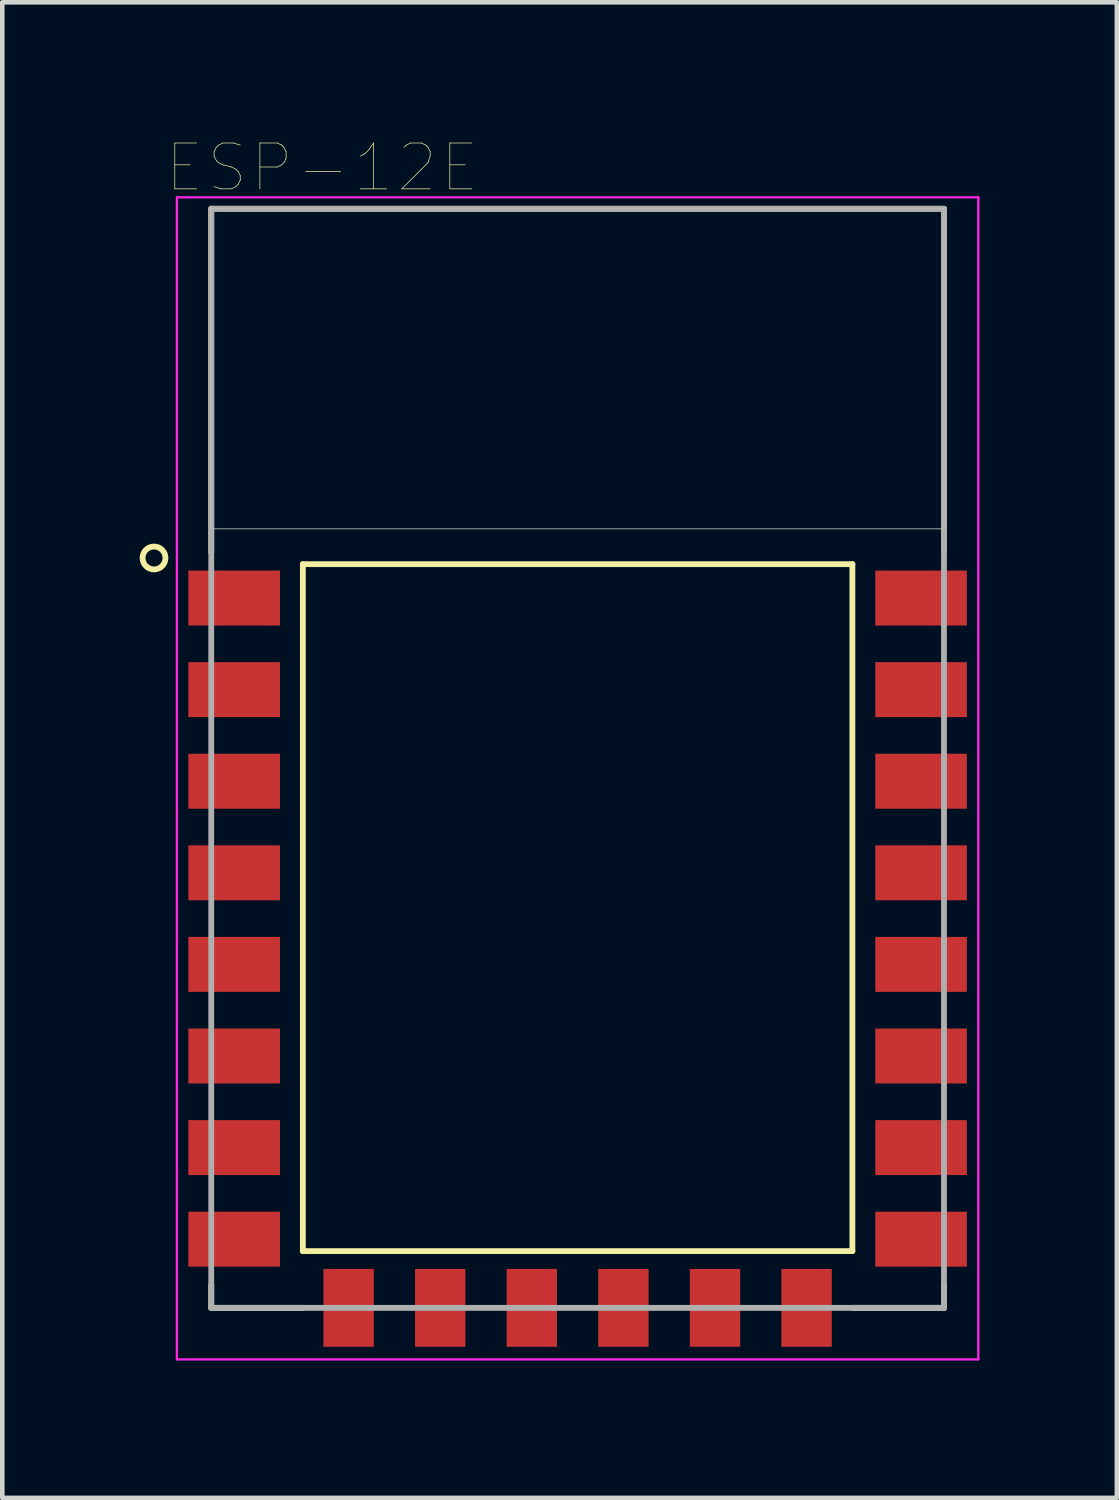
<source format=kicad_pcb>
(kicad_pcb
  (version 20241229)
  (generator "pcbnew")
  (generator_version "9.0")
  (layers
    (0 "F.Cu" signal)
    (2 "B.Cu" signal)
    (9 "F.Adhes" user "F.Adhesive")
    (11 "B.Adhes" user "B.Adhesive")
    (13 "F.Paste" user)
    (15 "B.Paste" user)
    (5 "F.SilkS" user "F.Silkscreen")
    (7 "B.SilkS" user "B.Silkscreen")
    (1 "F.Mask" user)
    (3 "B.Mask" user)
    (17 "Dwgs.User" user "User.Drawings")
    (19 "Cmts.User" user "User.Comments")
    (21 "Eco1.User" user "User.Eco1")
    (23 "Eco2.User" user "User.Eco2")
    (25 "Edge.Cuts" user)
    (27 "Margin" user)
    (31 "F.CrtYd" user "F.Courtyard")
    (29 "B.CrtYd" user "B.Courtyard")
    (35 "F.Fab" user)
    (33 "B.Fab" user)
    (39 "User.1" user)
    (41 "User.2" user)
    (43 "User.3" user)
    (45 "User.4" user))
  (footprint "ESP-12E"
    (layer "F.Cu")
    (at 9.563 17.009)
    (property "Reference" "ESP-12E" (at -5.579 -16.398 0) (layer "F.SilkS") (effects (font (size 1.001 1.001) (thickness 0.015))))
    (attr through_hole)
    (fp_line (start -8 -15.5) (end 8 -15.5) (stroke (width 0.127) (type solid)) (layer "F.SilkS"))
    (fp_line (start -8 -8) (end -8 -15.5) (stroke (width 0.127) (type solid)) (layer "F.SilkS"))
    (fp_line (start -8 8) (end -8 8.5) (stroke (width 0.127) (type solid)) (layer "F.SilkS"))
    (fp_line (start -8 8.5) (end -6 8.5) (stroke (width 0.127) (type solid)) (layer "F.SilkS"))
    (fp_line (start -6 -7.74) (end 6 -7.74) (stroke (width 0.127) (type solid)) (layer "F.SilkS"))
    (fp_line (start -6 7.26) (end -6 -7.74) (stroke (width 0.127) (type solid)) (layer "F.SilkS"))
    (fp_line (start 6 -7.74) (end 6 7.26) (stroke (width 0.127) (type solid)) (layer "F.SilkS"))
    (fp_line (start 6 7.26) (end -6 7.26) (stroke (width 0.127) (type solid)) (layer "F.SilkS"))
    (fp_line (start 8 -15.5) (end 8 -8) (stroke (width 0.127) (type solid)) (layer "F.SilkS"))
    (fp_line (start 8 8) (end 8 8.5) (stroke (width 0.127) (type solid)) (layer "F.SilkS"))
    (fp_line (start 8 8.5) (end 6 8.5) (stroke (width 0.127) (type solid)) (layer "F.SilkS"))
    (fp_circle (center -9.25 -7.875) (end -9 -7.875) (stroke (width 0.127) (type solid)) (fill no) (layer "F.SilkS"))
    (fp_poly (pts (xy -8.009 -15.5) (xy 8 -15.5) (xy 8 -8.51) (xy -8.009 -8.51)) (stroke (width 0.01) (type solid)) (fill no) (layer "Dwgs.User"))
    (fp_poly (pts (xy -8.009 -15.5) (xy 8 -15.5) (xy 8 -8.51) (xy -8.009 -8.51)) (stroke (width 0.01) (type solid)) (fill no) (layer "Dwgs.User"))
    (fp_line (start -8.75 -15.75) (end -8.75 9.625) (stroke (width 0.05) (type solid)) (layer "F.CrtYd"))
    (fp_line (start -8.75 9.625) (end 8.75 9.625) (stroke (width 0.05) (type solid)) (layer "F.CrtYd"))
    (fp_line (start 8.75 -15.75) (end -8.75 -15.75) (stroke (width 0.05) (type solid)) (layer "F.CrtYd"))
    (fp_line (start 8.75 9.625) (end 8.75 -15.75) (stroke (width 0.05) (type solid)) (layer "F.CrtYd"))
    (fp_line (start -8 -15.5) (end 8 -15.5) (stroke (width 0.127) (type solid)) (layer "F.Fab"))
    (fp_line (start -8 8.5) (end -8 -15.5) (stroke (width 0.127) (type solid)) (layer "F.Fab"))
    (fp_line (start 8 -15.5) (end 8 8.5) (stroke (width 0.127) (type solid)) (layer "F.Fab"))
    (fp_line (start 8 8.5) (end -8 8.5) (stroke (width 0.127) (type solid)) (layer "F.Fab"))
    (pad "1" smd rect (at -7.5 -7) (size 2 1.2) (layers "F.Cu" "F.Mask" "F.Paste"))
    (pad "2" smd rect (at -7.5 -5) (size 2 1.2) (layers "F.Cu" "F.Mask" "F.Paste"))
    (pad "3" smd rect (at -7.5 -3) (size 2 1.2) (layers "F.Cu" "F.Mask" "F.Paste"))
    (pad "4" smd rect (at -7.5 -1) (size 2 1.2) (layers "F.Cu" "F.Mask" "F.Paste"))
    (pad "5" smd rect (at -7.5 1) (size 2 1.2) (layers "F.Cu" "F.Mask" "F.Paste"))
    (pad "6" smd rect (at -7.5 3) (size 2 1.2) (layers "F.Cu" "F.Mask" "F.Paste"))
    (pad "7" smd rect (at -7.5 5) (size 2 1.2) (layers "F.Cu" "F.Mask" "F.Paste"))
    (pad "8" smd rect (at -7.5 7) (size 2 1.2) (layers "F.Cu" "F.Mask" "F.Paste"))
    (pad "9" smd rect (at -5 8.5) (size 1.1 1.7) (layers "F.Cu" "F.Mask" "F.Paste"))
    (pad "10" smd rect (at -3 8.5) (size 1.1 1.7) (layers "F.Cu" "F.Mask" "F.Paste"))
    (pad "11" smd rect (at -1 8.5) (size 1.1 1.7) (layers "F.Cu" "F.Mask" "F.Paste"))
    (pad "12" smd rect (at 1 8.5) (size 1.1 1.7) (layers "F.Cu" "F.Mask" "F.Paste"))
    (pad "13" smd rect (at 3 8.5) (size 1.1 1.7) (layers "F.Cu" "F.Mask" "F.Paste"))
    (pad "14" smd rect (at 5 8.5) (size 1.1 1.7) (layers "F.Cu" "F.Mask" "F.Paste"))
    (pad "15" smd rect (at 7.5 7) (size 2 1.2) (layers "F.Cu" "F.Mask" "F.Paste"))
    (pad "16" smd rect (at 7.5 5) (size 2 1.2) (layers "F.Cu" "F.Mask" "F.Paste"))
    (pad "17" smd rect (at 7.5 3) (size 2 1.2) (layers "F.Cu" "F.Mask" "F.Paste"))
    (pad "18" smd rect (at 7.5 1) (size 2 1.2) (layers "F.Cu" "F.Mask" "F.Paste"))
    (pad "19" smd rect (at 7.5 -1) (size 2 1.2) (layers "F.Cu" "F.Mask" "F.Paste"))
    (pad "20" smd rect (at 7.5 -3) (size 2 1.2) (layers "F.Cu" "F.Mask" "F.Paste"))
    (pad "21" smd rect (at 7.5 -5) (size 2 1.2) (layers "F.Cu" "F.Mask" "F.Paste"))
    (pad "22" smd rect (at 7.5 -7) (size 2 1.2) (layers "F.Cu" "F.Mask" "F.Paste")))
  (gr_rect
    (start -3 -3)
    (end 21.338 29.659)
    (stroke (width 0.1) (type default))
    (fill no)
    (layer "Edge.Cuts")))
</source>
